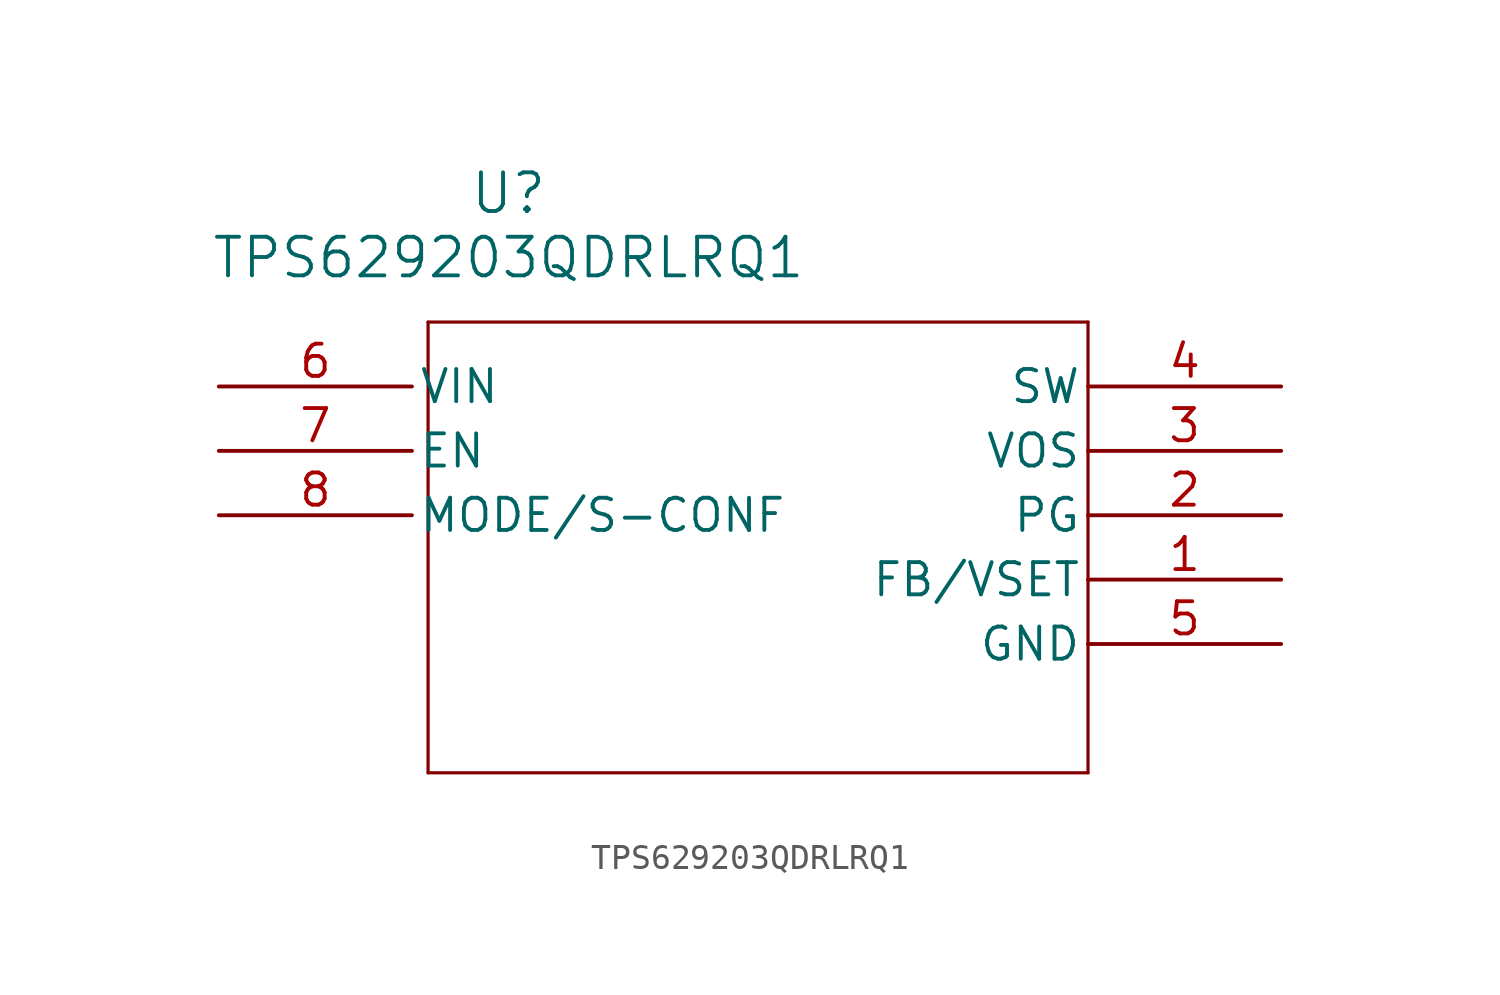
<source format=kicad_sym>
(kicad_symbol_lib
  (version 20241209)
  (generator "kicad_symbol_editor")
  (generator_version "9.0")
  (symbol "TPS629203QDRLRQ1"
    (pin_names
      (offset 0.254))
    (property "Reference" "U"
      (at -10.16 12.7 0)
      (effects (font (size 1.524 1.524))))
    (property "Value" "TPS629203QDRLRQ1"
      (at -10.16 10.16 0)
      (effects (font (size 1.524 1.524))))
    (property "ki_locked" ""
      (at 0 0 0)
      (effects (font (size 1.27 1.27))))
    (symbol "TPS629203QDRLRQ1_0_1"
      (polyline (pts (xy -13.335 7.62) (xy -13.335 -10.16)) (stroke (width 0.127) (type default)) (fill (type none)))
      (polyline (pts (xy -13.335 -10.16) (xy 12.7 -10.16)) (stroke (width 0.127) (type default)) (fill (type none)))
      (polyline (pts (xy 12.7 7.62) (xy -13.335 7.62)) (stroke (width 0.127) (type default)) (fill (type none)))
      (polyline (pts (xy 12.7 -10.16) (xy 12.7 7.62)) (stroke (width 0.127) (type default)) (fill (type none)))
      (pin input line (at -21.59 5.08 0) (length 7.62) (name "VIN" (effects (font (size 1.27 1.27)))) (number "6" (effects (font (size 1.27 1.27)))))
      (pin input line (at -21.59 2.54 0) (length 7.62) (name "EN" (effects (font (size 1.27 1.27)))) (number "7" (effects (font (size 1.27 1.27)))))
      (pin input line (at -21.59 0 0) (length 7.62) (name "MODE/S-CONF" (effects (font (size 1.27 1.27)))) (number "8" (effects (font (size 1.27 1.27)))))
      (pin power_in line (at 20.32 5.08 180) (length 7.62) (name "SW" (effects (font (size 1.27 1.27)))) (number "4" (effects (font (size 1.27 1.27)))))
      (pin input line (at 20.32 2.54 180) (length 7.62) (name "VOS" (effects (font (size 1.27 1.27)))) (number "3" (effects (font (size 1.27 1.27)))))
      (pin output line (at 20.32 0 180) (length 7.62) (name "PG" (effects (font (size 1.27 1.27)))) (number "2" (effects (font (size 1.27 1.27)))))
      (pin power_in line (at 20.32 -2.54 180) (length 7.62) (name "FB/VSET" (effects (font (size 1.27 1.27)))) (number "1" (effects (font (size 1.27 1.27)))))
      (pin power_out line (at 20.32 -5.08 180) (length 7.62) (name "GND" (effects (font (size 1.27 1.27)))) (number "5" (effects (font (size 1.27 1.27))))))))
</source>
